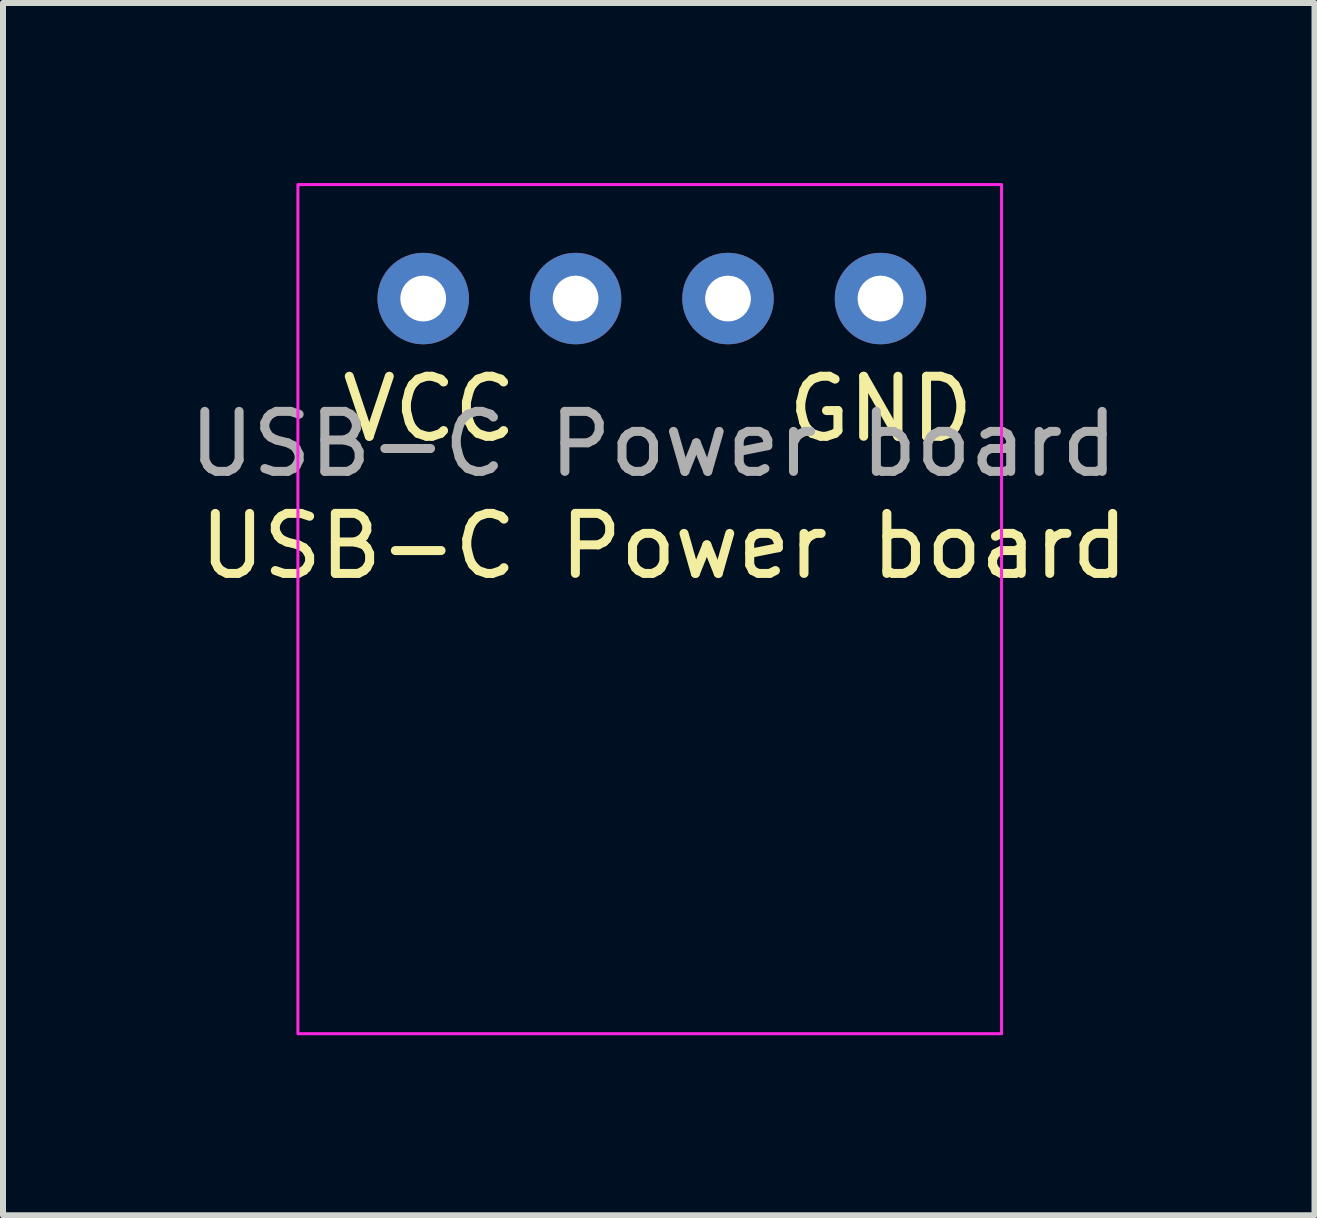
<source format=kicad_pcb>
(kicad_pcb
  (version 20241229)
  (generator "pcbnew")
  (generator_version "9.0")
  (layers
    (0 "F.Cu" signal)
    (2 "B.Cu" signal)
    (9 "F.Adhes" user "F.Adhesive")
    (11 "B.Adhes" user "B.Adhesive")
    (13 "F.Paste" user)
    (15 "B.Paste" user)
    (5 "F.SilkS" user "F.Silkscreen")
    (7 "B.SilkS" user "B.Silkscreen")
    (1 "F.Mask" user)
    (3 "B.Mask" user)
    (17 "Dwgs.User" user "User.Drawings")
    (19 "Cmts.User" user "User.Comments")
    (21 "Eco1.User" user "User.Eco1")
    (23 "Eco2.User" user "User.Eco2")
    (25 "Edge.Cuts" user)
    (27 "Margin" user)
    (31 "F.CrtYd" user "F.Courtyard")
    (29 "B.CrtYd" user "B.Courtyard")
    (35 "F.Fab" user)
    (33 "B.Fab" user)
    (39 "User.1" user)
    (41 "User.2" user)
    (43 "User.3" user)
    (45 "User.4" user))
  (footprint "USB-C Power board"
    (layer "F.Cu")
    (at 7.839 1.85)
    (property "Reference" "USB-C Power board" (at 0.175 4.2 0) (unlocked yes) (layer "F.SilkS") (effects (font (size 1 1) (thickness 0.15))))
    (attr through_hole)
    (fp_rect (start -5.925 -1.825) (end 5.8 12.325) (stroke (width 0.05) (type default)) (fill no) (layer "F.CrtYd"))
    (fp_text user "VCC      GND" (at -5.263 2.5 0) (unlocked yes) (layer "F.SilkS") (effects (font (size 1 1) (thickness 0.15)) (justify left bottom)))
    (fp_text user "${REFERENCE}" (at 0 2.5 0) (unlocked yes) (layer "F.Fab") (effects (font (size 1 1) (thickness 0.15))))
    (pad "1" thru_hole circle (at -3.837 0.075) (size 1.524 1.524) (drill 0.762) (layers "*.Cu" "*.Mask"))
    (pad "2" thru_hole circle (at -1.298 0.075) (size 1.524 1.524) (drill 0.762) (layers "*.Cu" "*.Mask"))
    (pad "3" thru_hole circle (at 1.242 0.075) (size 1.524 1.524) (drill 0.762) (layers "*.Cu" "*.Mask"))
    (pad "4" thru_hole circle (at 3.783 0.075) (size 1.524 1.524) (drill 0.762) (layers "*.Cu" "*.Mask")))
  (gr_rect
    (start -3 -3)
    (end 18.854 17.2)
    (stroke (width 0.1) (type default))
    (fill no)
    (layer "Edge.Cuts")))
</source>
